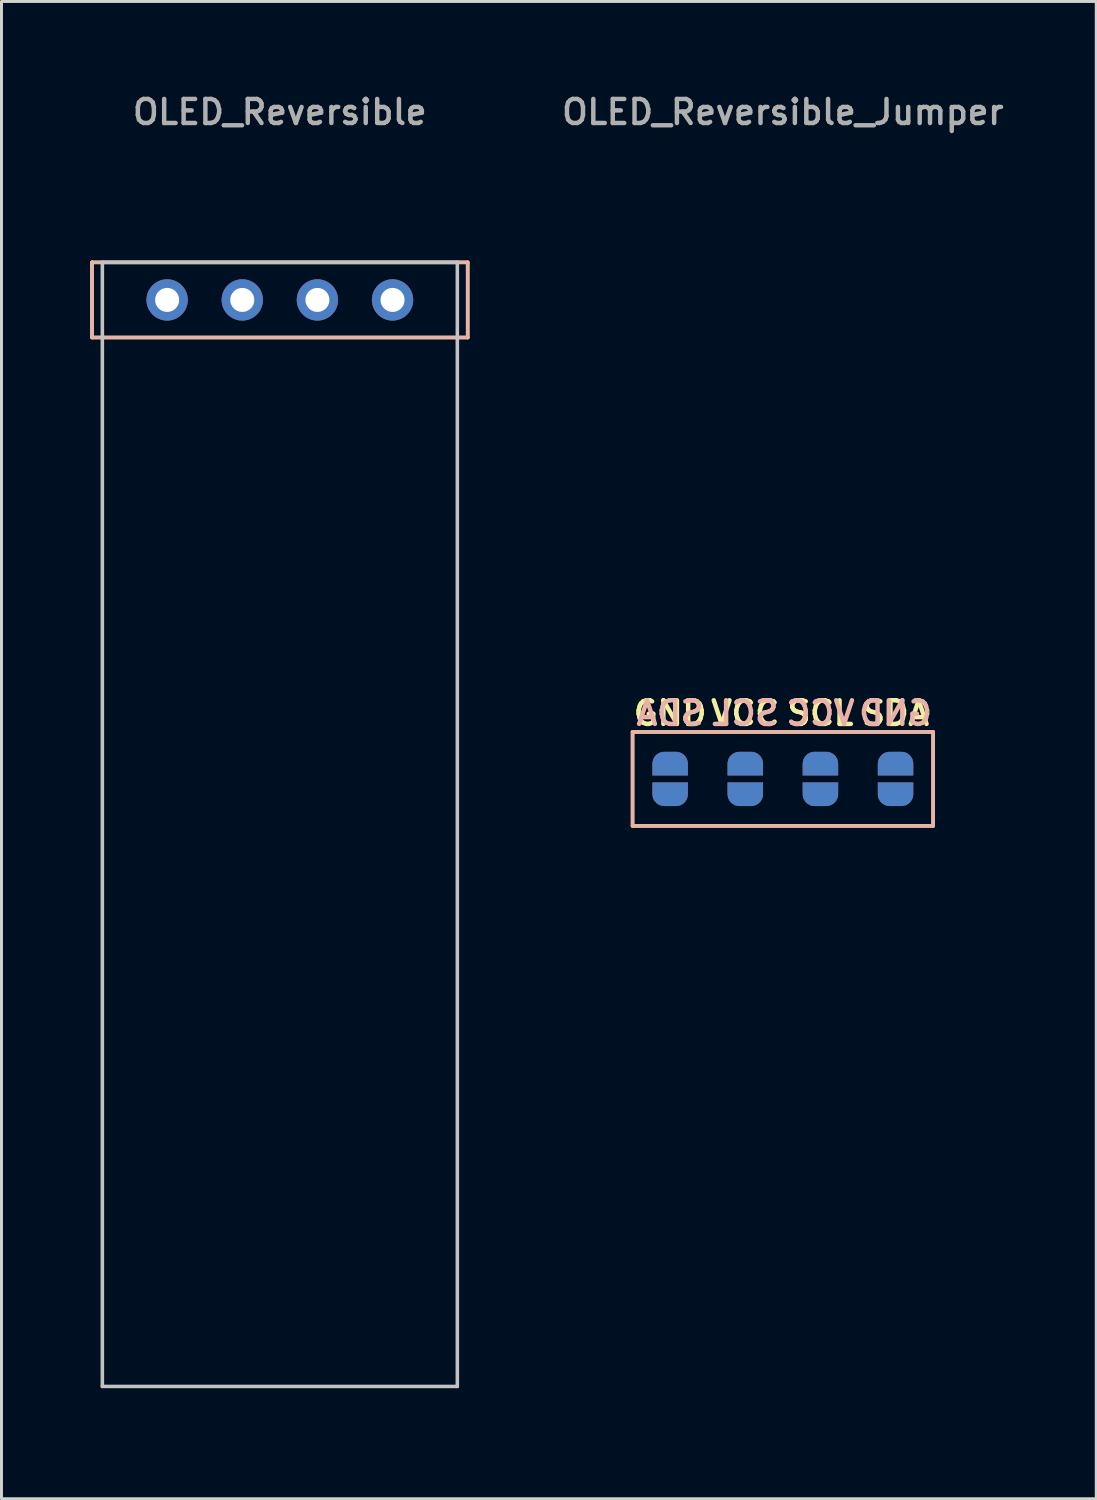
<source format=kicad_pcb>
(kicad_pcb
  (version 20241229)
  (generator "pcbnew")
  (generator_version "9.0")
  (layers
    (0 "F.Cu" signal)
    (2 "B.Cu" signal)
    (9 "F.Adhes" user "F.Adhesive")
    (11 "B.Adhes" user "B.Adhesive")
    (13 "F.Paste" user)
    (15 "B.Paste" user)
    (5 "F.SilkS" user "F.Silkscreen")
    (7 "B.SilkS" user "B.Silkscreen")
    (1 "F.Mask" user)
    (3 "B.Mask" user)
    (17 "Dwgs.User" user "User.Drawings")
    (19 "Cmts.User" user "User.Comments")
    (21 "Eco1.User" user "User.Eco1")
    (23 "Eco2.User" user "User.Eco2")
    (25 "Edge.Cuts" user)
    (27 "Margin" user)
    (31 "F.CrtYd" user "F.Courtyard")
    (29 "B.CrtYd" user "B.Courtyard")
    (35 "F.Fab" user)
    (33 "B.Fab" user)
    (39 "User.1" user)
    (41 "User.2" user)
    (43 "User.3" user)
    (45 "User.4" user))
  (footprint "OLED_Reversible"
    (layer "F.Cu")
    (at 6.41 23.599)
    (property "Reference" "OLED_Reversible" (at 0 -22.86 0) (layer "F.Fab") (effects (font (size 0.813 0.813) (thickness 0.15))))
    (attr through_hole)
    (fp_line (start -6.35 -17.78) (end 6.35 -17.78) (stroke (width 0.12) (type solid)) (layer "F.SilkS"))
    (fp_line (start -6.35 -15.24) (end -6.35 -17.78) (stroke (width 0.12) (type solid)) (layer "F.SilkS"))
    (fp_line (start 6.35 -17.78) (end 6.35 -15.24) (stroke (width 0.12) (type solid)) (layer "F.SilkS"))
    (fp_line (start 6.35 -15.24) (end -6.35 -15.24) (stroke (width 0.12) (type solid)) (layer "F.SilkS"))
    (fp_line (start -6.35 -17.78) (end -6.35 -15.24) (stroke (width 0.12) (type solid)) (layer "B.SilkS"))
    (fp_line (start -6.35 -15.24) (end 6.35 -15.24) (stroke (width 0.12) (type solid)) (layer "B.SilkS"))
    (fp_line (start 6.35 -17.78) (end -6.35 -17.78) (stroke (width 0.12) (type solid)) (layer "B.SilkS"))
    (fp_line (start 6.35 -15.24) (end 6.35 -17.78) (stroke (width 0.12) (type solid)) (layer "B.SilkS"))
    (fp_line (start -6 20.22) (end -6 -17.78) (stroke (width 0.12) (type solid)) (layer "Dwgs.User"))
    (fp_line (start 6 -17.78) (end -6 -17.78) (stroke (width 0.12) (type solid)) (layer "Dwgs.User"))
    (fp_line (start 6 -17.78) (end 6 20.22) (stroke (width 0.12) (type solid)) (layer "Dwgs.User"))
    (fp_line (start 6 20.22) (end -6 20.22) (stroke (width 0.12) (type solid)) (layer "Dwgs.User"))
    (fp_line (start -6.35 -18.415) (end 6.35 -18.415) (stroke (width 0.12) (type solid)) (layer "Eco1.User"))
    (fp_line (start -6.35 20.955) (end -6.35 -18.415) (stroke (width 0.12) (type solid)) (layer "Eco1.User"))
    (fp_line (start 6.35 -18.415) (end 6.35 20.955) (stroke (width 0.12) (type solid)) (layer "Eco1.User"))
    (fp_line (start 6.35 20.955) (end -6.35 20.955) (stroke (width 0.12) (type solid)) (layer "Eco1.User"))
    (pad "1" thru_hole circle (at 3.81 -16.51 180) (size 1.397 1.397) (drill 0.813) (layers "*.Cu" "B.Mask"))
    (pad "2" thru_hole circle (at 1.27 -16.51 180) (size 1.397 1.397) (drill 0.813) (layers "*.Cu" "B.Mask"))
    (pad "3" thru_hole circle (at -1.27 -16.51 180) (size 1.397 1.397) (drill 0.813) (layers "*.Cu" "B.Mask"))
    (pad "4" thru_hole circle (at -3.81 -16.51 180) (size 1.397 1.397) (drill 0.813) (layers "*.Cu" "B.Mask")))
  (footprint "OLED_Reversible_Jumper"
    (layer "F.Cu")
    (at 23.414 23.599)
    (property "Reference" "OLED_Reversible_Jumper" (at 0 -22.86 0) (layer "F.Fab") (effects (font (size 0.813 0.813) (thickness 0.15))))
    (attr through_hole)
    (fp_line (start -5.08 -1.905) (end -5.08 1.27) (stroke (width 0.12) (type solid)) (layer "F.SilkS"))
    (fp_line (start -5.08 1.27) (end 5.08 1.27) (stroke (width 0.12) (type solid)) (layer "F.SilkS"))
    (fp_line (start 5.08 -1.905) (end -5.08 -1.905) (stroke (width 0.12) (type solid)) (layer "F.SilkS"))
    (fp_line (start 5.08 1.27) (end 5.08 -1.905) (stroke (width 0.12) (type solid)) (layer "F.SilkS"))
    (fp_line (start -5.08 -1.905) (end 5.08 -1.905) (stroke (width 0.12) (type solid)) (layer "B.SilkS"))
    (fp_line (start -5.08 1.27) (end -5.08 -1.905) (stroke (width 0.12) (type solid)) (layer "B.SilkS"))
    (fp_line (start 5.08 -1.905) (end 5.08 1.27) (stroke (width 0.12) (type solid)) (layer "B.SilkS"))
    (fp_line (start 5.08 1.27) (end -5.08 1.27) (stroke (width 0.12) (type solid)) (layer "B.SilkS"))
    (fp_text user "GND" (at -3.81 -2.54 180) (layer "F.SilkS") (effects (font (size 0.8 0.8) (thickness 0.15))))
    (fp_text user "VCC" (at -1.27 -2.54 180) (layer "F.SilkS") (effects (font (size 0.8 0.8) (thickness 0.15))))
    (fp_text user "SDA" (at 3.81 -2.54 180) (layer "F.SilkS") (effects (font (size 0.8 0.8) (thickness 0.15))))
    (fp_text user "SCL" (at 1.27 -2.54 180) (layer "F.SilkS") (effects (font (size 0.8 0.8) (thickness 0.15))))
    (fp_text user "SCL" (at -1.27 -2.54 0) (layer "B.SilkS") (effects (font (size 0.8 0.8) (thickness 0.15)) (justify mirror)))
    (fp_text user "GND" (at 3.81 -2.54 0) (layer "B.SilkS") (effects (font (size 0.8 0.8) (thickness 0.15)) (justify mirror)))
    (fp_text user "VCC" (at 1.27 -2.54 0) (layer "B.SilkS") (effects (font (size 0.8 0.8) (thickness 0.15)) (justify mirror)))
    (fp_text user "SDA" (at -3.81 -2.54 0) (layer "B.SilkS") (effects (font (size 0.8 0.8) (thickness 0.15)) (justify mirror)))
    (pad "1" smd custom (at -3.81 -0.635 180) (size 1.2 0.4) (layers "B.Cu" "B.Mask" "B.Paste") (options (anchor rect)) (primitives (gr_circle (center -0.2 0.2) (end 0.2 0.2) (width 0) (fill yes)) (gr_circle (center 0.2 0.2) (end 0.6 0.2) (width 0) (fill yes)) (gr_poly (pts (xy 0 0) (xy -0.2 0.6) (xy 0.2 0.6)) (width 0) (fill yes))))
    (pad "1" smd custom (at 3.81 -0.635) (size 1.2 0.4) (layers "F.Cu" "F.Mask" "F.Paste") (options (anchor rect)) (primitives (gr_circle (center -0.2 -0.2) (end 0.2 -0.2) (width 0) (fill yes)) (gr_circle (center 0.2 -0.2) (end 0.6 -0.2) (width 0) (fill yes)) (gr_poly (pts (xy 0 0) (xy -0.2 -0.6) (xy 0.2 -0.6)) (width 0) (fill yes))))
    (pad "2" smd custom (at -1.27 -0.635 180) (size 1.2 0.4) (layers "B.Cu" "B.Mask" "B.Paste") (options (anchor rect)) (primitives (gr_circle (center -0.2 0.2) (end 0.2 0.2) (width 0) (fill yes)) (gr_circle (center 0.2 0.2) (end 0.6 0.2) (width 0) (fill yes)) (gr_poly (pts (xy 0 0) (xy -0.2 0.6) (xy 0.2 0.6)) (width 0) (fill yes))))
    (pad "2" smd custom (at 1.27 -0.635) (size 1.2 0.4) (layers "F.Cu" "F.Mask" "F.Paste") (options (anchor rect)) (primitives (gr_circle (center -0.2 -0.2) (end 0.2 -0.2) (width 0) (fill yes)) (gr_circle (center 0.2 -0.2) (end 0.6 -0.2) (width 0) (fill yes)) (gr_poly (pts (xy 0 0) (xy -0.2 -0.6) (xy 0.2 -0.6)) (width 0) (fill yes))))
    (pad "3" smd custom (at -1.27 -0.635) (size 1.2 0.4) (layers "F.Cu" "F.Mask" "F.Paste") (options (anchor rect)) (primitives (gr_circle (center -0.2 -0.2) (end 0.2 -0.2) (width 0) (fill yes)) (gr_circle (center 0.2 -0.2) (end 0.6 -0.2) (width 0) (fill yes)) (gr_poly (pts (xy 0 0) (xy -0.2 -0.6) (xy 0.2 -0.6)) (width 0) (fill yes))))
    (pad "3" smd custom (at 1.27 -0.635 180) (size 1.2 0.4) (layers "B.Cu" "B.Mask" "B.Paste") (options (anchor rect)) (primitives (gr_circle (center -0.2 0.2) (end 0.2 0.2) (width 0) (fill yes)) (gr_circle (center 0.2 0.2) (end 0.6 0.2) (width 0) (fill yes)) (gr_poly (pts (xy 0 0) (xy -0.2 0.6) (xy 0.2 0.6)) (width 0) (fill yes))))
    (pad "4" smd custom (at -3.81 -0.635) (size 1.2 0.4) (layers "F.Cu" "F.Mask" "F.Paste") (options (anchor rect)) (primitives (gr_circle (center -0.2 -0.2) (end 0.2 -0.2) (width 0) (fill yes)) (gr_circle (center 0.2 -0.2) (end 0.6 -0.2) (width 0) (fill yes)) (gr_poly (pts (xy 0 0) (xy -0.2 -0.6) (xy 0.2 -0.6)) (width 0) (fill yes))))
    (pad "4" smd custom (at 3.81 -0.635 180) (size 1.2 0.4) (layers "B.Cu" "B.Mask" "B.Paste") (options (anchor rect)) (primitives (gr_circle (center -0.2 0.2) (end 0.2 0.2) (width 0) (fill yes)) (gr_circle (center 0.2 0.2) (end 0.6 0.2) (width 0) (fill yes)) (gr_poly (pts (xy 0 0) (xy -0.2 0.6) (xy 0.2 0.6)) (width 0) (fill yes))))
    (pad "5" smd custom (at -3.81 0) (size 1.2 0.4) (layers "B.Cu" "B.Mask" "B.Paste") (options (anchor rect)) (primitives (gr_circle (center -0.2 0.2) (end 0.2 0.2) (width 0) (fill yes)) (gr_circle (center 0.2 0.2) (end 0.6 0.2) (width 0) (fill yes)) (gr_poly (pts (xy 0 0) (xy -0.2 0.6) (xy 0.2 0.6)) (width 0) (fill yes))))
    (pad "5" smd custom (at 3.81 0 180) (size 1.2 0.4) (layers "F.Cu" "F.Mask" "F.Paste") (options (anchor rect)) (primitives (gr_circle (center -0.2 -0.2) (end 0.2 -0.2) (width 0) (fill yes)) (gr_circle (center 0.2 -0.2) (end 0.6 -0.2) (width 0) (fill yes)) (gr_poly (pts (xy 0 0) (xy -0.2 -0.6) (xy 0.2 -0.6)) (width 0) (fill yes))))
    (pad "6" smd custom (at -1.27 0) (size 1.2 0.4) (layers "B.Cu" "B.Mask" "B.Paste") (options (anchor rect)) (primitives (gr_circle (center -0.2 0.2) (end 0.2 0.2) (width 0) (fill yes)) (gr_circle (center 0.2 0.2) (end 0.6 0.2) (width 0) (fill yes)) (gr_poly (pts (xy 0 0) (xy -0.2 0.6) (xy 0.2 0.6)) (width 0) (fill yes))))
    (pad "6" smd custom (at 1.27 0 180) (size 1.2 0.4) (layers "F.Cu" "F.Mask" "F.Paste") (options (anchor rect)) (primitives (gr_circle (center -0.2 -0.2) (end 0.2 -0.2) (width 0) (fill yes)) (gr_circle (center 0.2 -0.2) (end 0.6 -0.2) (width 0) (fill yes)) (gr_poly (pts (xy 0 0) (xy -0.2 -0.6) (xy 0.2 -0.6)) (width 0) (fill yes))))
    (pad "7" smd custom (at -1.27 0 180) (size 1.2 0.4) (layers "F.Cu" "F.Mask" "F.Paste") (options (anchor rect)) (primitives (gr_circle (center -0.2 -0.2) (end 0.2 -0.2) (width 0) (fill yes)) (gr_circle (center 0.2 -0.2) (end 0.6 -0.2) (width 0) (fill yes)) (gr_poly (pts (xy 0 0) (xy -0.2 -0.6) (xy 0.2 -0.6)) (width 0) (fill yes))))
    (pad "7" smd custom (at 1.27 0) (size 1.2 0.4) (layers "B.Cu" "B.Mask" "B.Paste") (options (anchor rect)) (primitives (gr_circle (center -0.2 0.2) (end 0.2 0.2) (width 0) (fill yes)) (gr_circle (center 0.2 0.2) (end 0.6 0.2) (width 0) (fill yes)) (gr_poly (pts (xy 0 0) (xy -0.2 0.6) (xy 0.2 0.6)) (width 0) (fill yes))))
    (pad "8" smd custom (at -3.81 0 180) (size 1.2 0.4) (layers "F.Cu" "F.Mask" "F.Paste") (options (anchor rect)) (primitives (gr_circle (center -0.2 -0.2) (end 0.2 -0.2) (width 0) (fill yes)) (gr_circle (center 0.2 -0.2) (end 0.6 -0.2) (width 0) (fill yes)) (gr_poly (pts (xy 0 0) (xy -0.2 -0.6) (xy 0.2 -0.6)) (width 0) (fill yes))))
    (pad "8" smd custom (at 3.81 0) (size 1.2 0.4) (layers "B.Cu" "B.Mask" "B.Paste") (options (anchor rect)) (primitives (gr_circle (center -0.2 0.2) (end 0.2 0.2) (width 0) (fill yes)) (gr_circle (center 0.2 0.2) (end 0.6 0.2) (width 0) (fill yes)) (gr_poly (pts (xy 0 0) (xy -0.2 0.6) (xy 0.2 0.6)) (width 0) (fill yes)))))
  (gr_rect
    (start -3 -3)
    (end 34.009 47.614)
    (stroke (width 0.1) (type default))
    (fill no)
    (layer "Edge.Cuts")))
</source>
